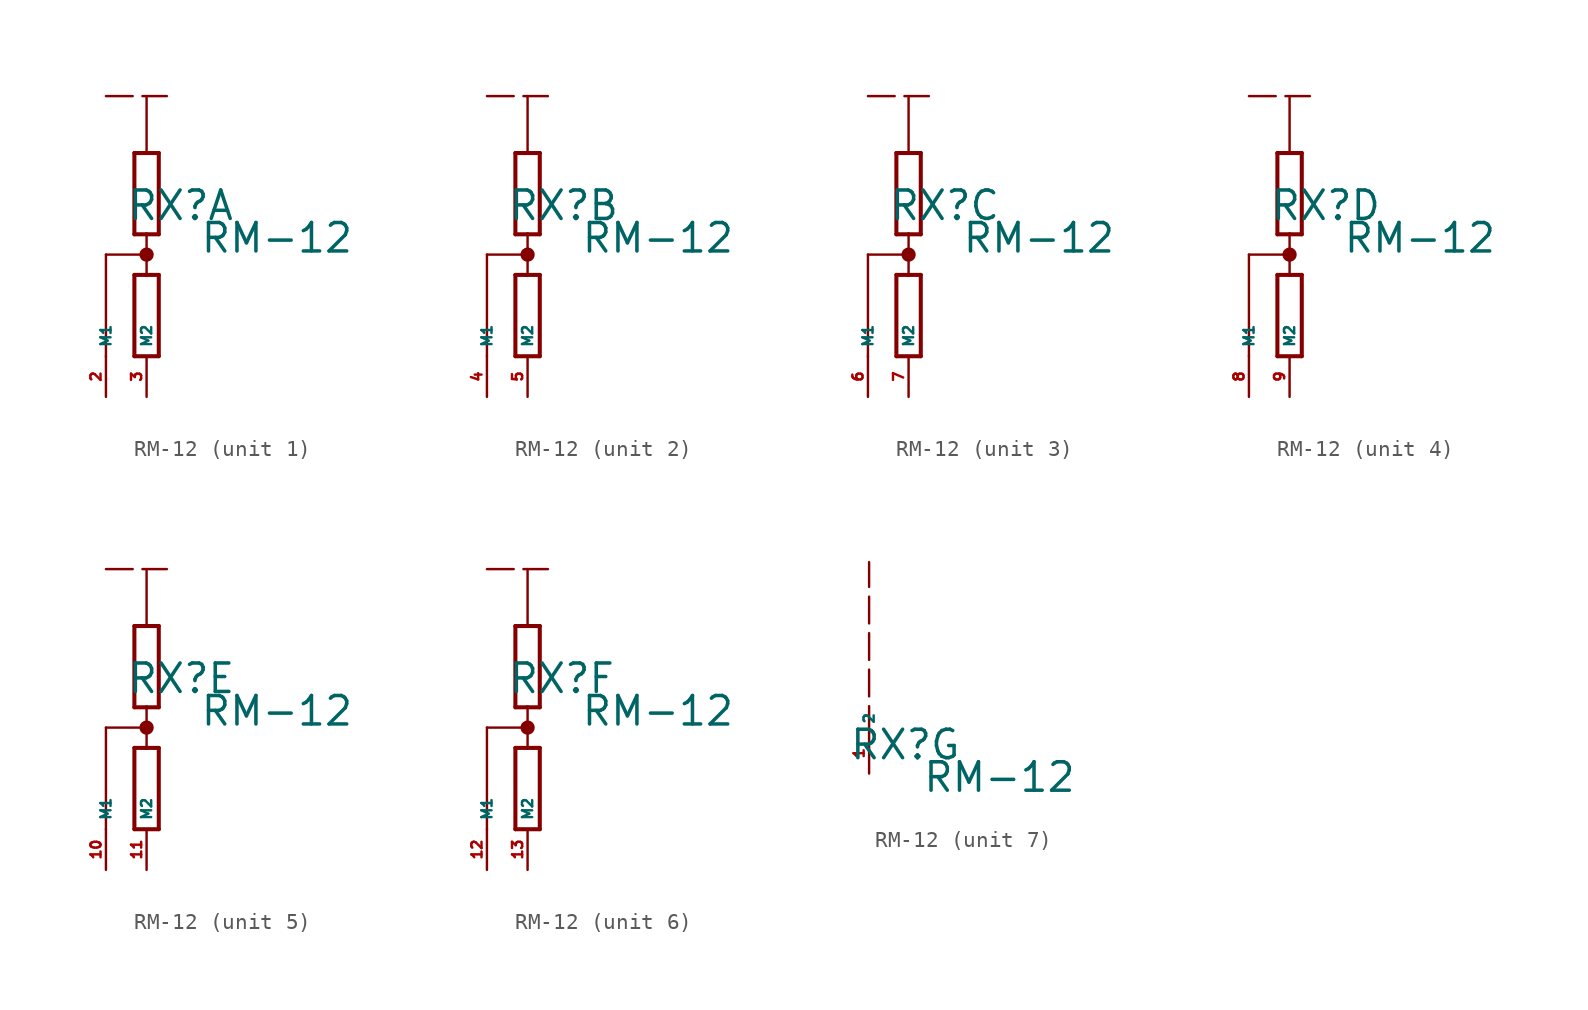
<source format=kicad_sym>
(kicad_symbol_lib
  (version 20220914)
  (generator Eagle2Kicad)
  (symbol "RM-12"
    (property "Reference" "RX"
      (at -1.27 -4.318 0)
      (effects (font (size 1.778 1.778) (thickness 0.22)) (justify left bottom)))
    (property "Value" "RM-12"
      (at 3.302 -6.35 0)
      (effects (font (size 1.778 1.778) (thickness 0.22)) (justify left bottom)))
    (symbol "RM-12_1_0"
      (polyline (pts (xy 0.762 -5.08) (xy 0.762 0)) (stroke (width 0.254) (type default)) (fill (type none)))
      (polyline (pts (xy -0.762 0) (xy -0.762 -5.08)) (stroke (width 0.254) (type default)) (fill (type none)))
      (polyline (pts (xy 0.762 0) (xy 0 0)) (stroke (width 0.254) (type default)) (fill (type none)))
      (polyline (pts (xy 0 0) (xy -0.762 0)) (stroke (width 0.254) (type default)) (fill (type none)))
      (polyline (pts (xy -0.762 -5.08) (xy 0 -5.08)) (stroke (width 0.254) (type default)) (fill (type none)))
      (polyline (pts (xy 0 -5.08) (xy 0.762 -5.08)) (stroke (width 0.254) (type default)) (fill (type none)))
      (polyline (pts (xy 0.762 -12.7) (xy 0.762 -7.62)) (stroke (width 0.254) (type default)) (fill (type none)))
      (polyline (pts (xy -0.762 -7.62) (xy -0.762 -12.7)) (stroke (width 0.254) (type default)) (fill (type none)))
      (polyline (pts (xy 0.762 -7.62) (xy 0 -7.62)) (stroke (width 0.254) (type default)) (fill (type none)))
      (polyline (pts (xy 0 -7.62) (xy -0.762 -7.62)) (stroke (width 0.254) (type default)) (fill (type none)))
      (polyline (pts (xy -0.762 -12.7) (xy 0.762 -12.7)) (stroke (width 0.254) (type default)) (fill (type none)))
      (polyline (pts (xy 0 -5.08) (xy 0 -6.35)) (stroke (width 0.152) (type default)) (fill (type none)))
      (polyline (pts (xy 0 -6.35) (xy 0 -7.62)) (stroke (width 0.152) (type default)) (fill (type none)))
      (polyline (pts (xy 0 0) (xy 0 3.556)) (stroke (width 0.152) (type default)) (fill (type none)))
      (polyline (pts (xy 0 -6.35) (xy -2.54 -6.35)) (stroke (width 0.152) (type default)) (fill (type none)))
      (polyline (pts (xy -2.54 -6.35) (xy -2.54 -12.7)) (stroke (width 0.152) (type default)) (fill (type none)))
      (polyline (pts (xy -2.54 3.556) (xy 1.27 3.556)) (stroke (width 0.152) (type dash)) (fill (type none)))
      (circle (center 0 -6.35) (radius 0.254) (stroke (width 0.381) (type default)) (fill (type none)))
      (pin passive line (at -2.54 -15.24 90) (length 2.54) (name "M1" (effects (font (size 0.635 0.635) (thickness 0.08)) (justify left bottom))) (number "2" (effects (font (size 0.635 0.635) (thickness 0.08)) (justify left bottom))))
      (pin passive line (at 0 -15.24 90) (length 2.54) (name "M2" (effects (font (size 0.635 0.635) (thickness 0.08)) (justify left bottom))) (number "3" (effects (font (size 0.635 0.635) (thickness 0.08)) (justify left bottom)))))
    (symbol "RM-12_2_0"
      (polyline (pts (xy 0.762 -5.08) (xy 0.762 0)) (stroke (width 0.254) (type default)) (fill (type none)))
      (polyline (pts (xy -0.762 0) (xy -0.762 -5.08)) (stroke (width 0.254) (type default)) (fill (type none)))
      (polyline (pts (xy 0.762 0) (xy 0 0)) (stroke (width 0.254) (type default)) (fill (type none)))
      (polyline (pts (xy 0 0) (xy -0.762 0)) (stroke (width 0.254) (type default)) (fill (type none)))
      (polyline (pts (xy -0.762 -5.08) (xy 0 -5.08)) (stroke (width 0.254) (type default)) (fill (type none)))
      (polyline (pts (xy 0 -5.08) (xy 0.762 -5.08)) (stroke (width 0.254) (type default)) (fill (type none)))
      (polyline (pts (xy 0.762 -12.7) (xy 0.762 -7.62)) (stroke (width 0.254) (type default)) (fill (type none)))
      (polyline (pts (xy -0.762 -7.62) (xy -0.762 -12.7)) (stroke (width 0.254) (type default)) (fill (type none)))
      (polyline (pts (xy 0.762 -7.62) (xy 0 -7.62)) (stroke (width 0.254) (type default)) (fill (type none)))
      (polyline (pts (xy 0 -7.62) (xy -0.762 -7.62)) (stroke (width 0.254) (type default)) (fill (type none)))
      (polyline (pts (xy -0.762 -12.7) (xy 0.762 -12.7)) (stroke (width 0.254) (type default)) (fill (type none)))
      (polyline (pts (xy 0 -5.08) (xy 0 -6.35)) (stroke (width 0.152) (type default)) (fill (type none)))
      (polyline (pts (xy 0 -6.35) (xy 0 -7.62)) (stroke (width 0.152) (type default)) (fill (type none)))
      (polyline (pts (xy 0 0) (xy 0 3.556)) (stroke (width 0.152) (type default)) (fill (type none)))
      (polyline (pts (xy 0 -6.35) (xy -2.54 -6.35)) (stroke (width 0.152) (type default)) (fill (type none)))
      (polyline (pts (xy -2.54 -6.35) (xy -2.54 -12.7)) (stroke (width 0.152) (type default)) (fill (type none)))
      (polyline (pts (xy -2.54 3.556) (xy 1.27 3.556)) (stroke (width 0.152) (type dash)) (fill (type none)))
      (circle (center 0 -6.35) (radius 0.254) (stroke (width 0.381) (type default)) (fill (type none)))
      (pin passive line (at -2.54 -15.24 90) (length 2.54) (name "M1" (effects (font (size 0.635 0.635) (thickness 0.08)) (justify left bottom))) (number "4" (effects (font (size 0.635 0.635) (thickness 0.08)) (justify left bottom))))
      (pin passive line (at 0 -15.24 90) (length 2.54) (name "M2" (effects (font (size 0.635 0.635) (thickness 0.08)) (justify left bottom))) (number "5" (effects (font (size 0.635 0.635) (thickness 0.08)) (justify left bottom)))))
    (symbol "RM-12_3_0"
      (polyline (pts (xy 0.762 -5.08) (xy 0.762 0)) (stroke (width 0.254) (type default)) (fill (type none)))
      (polyline (pts (xy -0.762 0) (xy -0.762 -5.08)) (stroke (width 0.254) (type default)) (fill (type none)))
      (polyline (pts (xy 0.762 0) (xy 0 0)) (stroke (width 0.254) (type default)) (fill (type none)))
      (polyline (pts (xy 0 0) (xy -0.762 0)) (stroke (width 0.254) (type default)) (fill (type none)))
      (polyline (pts (xy -0.762 -5.08) (xy 0 -5.08)) (stroke (width 0.254) (type default)) (fill (type none)))
      (polyline (pts (xy 0 -5.08) (xy 0.762 -5.08)) (stroke (width 0.254) (type default)) (fill (type none)))
      (polyline (pts (xy 0.762 -12.7) (xy 0.762 -7.62)) (stroke (width 0.254) (type default)) (fill (type none)))
      (polyline (pts (xy -0.762 -7.62) (xy -0.762 -12.7)) (stroke (width 0.254) (type default)) (fill (type none)))
      (polyline (pts (xy 0.762 -7.62) (xy 0 -7.62)) (stroke (width 0.254) (type default)) (fill (type none)))
      (polyline (pts (xy 0 -7.62) (xy -0.762 -7.62)) (stroke (width 0.254) (type default)) (fill (type none)))
      (polyline (pts (xy -0.762 -12.7) (xy 0.762 -12.7)) (stroke (width 0.254) (type default)) (fill (type none)))
      (polyline (pts (xy 0 -5.08) (xy 0 -6.35)) (stroke (width 0.152) (type default)) (fill (type none)))
      (polyline (pts (xy 0 -6.35) (xy 0 -7.62)) (stroke (width 0.152) (type default)) (fill (type none)))
      (polyline (pts (xy 0 0) (xy 0 3.556)) (stroke (width 0.152) (type default)) (fill (type none)))
      (polyline (pts (xy 0 -6.35) (xy -2.54 -6.35)) (stroke (width 0.152) (type default)) (fill (type none)))
      (polyline (pts (xy -2.54 -6.35) (xy -2.54 -12.7)) (stroke (width 0.152) (type default)) (fill (type none)))
      (polyline (pts (xy -2.54 3.556) (xy 1.27 3.556)) (stroke (width 0.152) (type dash)) (fill (type none)))
      (circle (center 0 -6.35) (radius 0.254) (stroke (width 0.381) (type default)) (fill (type none)))
      (pin passive line (at -2.54 -15.24 90) (length 2.54) (name "M1" (effects (font (size 0.635 0.635) (thickness 0.08)) (justify left bottom))) (number "6" (effects (font (size 0.635 0.635) (thickness 0.08)) (justify left bottom))))
      (pin passive line (at 0 -15.24 90) (length 2.54) (name "M2" (effects (font (size 0.635 0.635) (thickness 0.08)) (justify left bottom))) (number "7" (effects (font (size 0.635 0.635) (thickness 0.08)) (justify left bottom)))))
    (symbol "RM-12_4_0"
      (polyline (pts (xy 0.762 -5.08) (xy 0.762 0)) (stroke (width 0.254) (type default)) (fill (type none)))
      (polyline (pts (xy -0.762 0) (xy -0.762 -5.08)) (stroke (width 0.254) (type default)) (fill (type none)))
      (polyline (pts (xy 0.762 0) (xy 0 0)) (stroke (width 0.254) (type default)) (fill (type none)))
      (polyline (pts (xy 0 0) (xy -0.762 0)) (stroke (width 0.254) (type default)) (fill (type none)))
      (polyline (pts (xy -0.762 -5.08) (xy 0 -5.08)) (stroke (width 0.254) (type default)) (fill (type none)))
      (polyline (pts (xy 0 -5.08) (xy 0.762 -5.08)) (stroke (width 0.254) (type default)) (fill (type none)))
      (polyline (pts (xy 0.762 -12.7) (xy 0.762 -7.62)) (stroke (width 0.254) (type default)) (fill (type none)))
      (polyline (pts (xy -0.762 -7.62) (xy -0.762 -12.7)) (stroke (width 0.254) (type default)) (fill (type none)))
      (polyline (pts (xy 0.762 -7.62) (xy 0 -7.62)) (stroke (width 0.254) (type default)) (fill (type none)))
      (polyline (pts (xy 0 -7.62) (xy -0.762 -7.62)) (stroke (width 0.254) (type default)) (fill (type none)))
      (polyline (pts (xy -0.762 -12.7) (xy 0.762 -12.7)) (stroke (width 0.254) (type default)) (fill (type none)))
      (polyline (pts (xy 0 -5.08) (xy 0 -6.35)) (stroke (width 0.152) (type default)) (fill (type none)))
      (polyline (pts (xy 0 -6.35) (xy 0 -7.62)) (stroke (width 0.152) (type default)) (fill (type none)))
      (polyline (pts (xy 0 0) (xy 0 3.556)) (stroke (width 0.152) (type default)) (fill (type none)))
      (polyline (pts (xy 0 -6.35) (xy -2.54 -6.35)) (stroke (width 0.152) (type default)) (fill (type none)))
      (polyline (pts (xy -2.54 -6.35) (xy -2.54 -12.7)) (stroke (width 0.152) (type default)) (fill (type none)))
      (polyline (pts (xy -2.54 3.556) (xy 1.27 3.556)) (stroke (width 0.152) (type dash)) (fill (type none)))
      (circle (center 0 -6.35) (radius 0.254) (stroke (width 0.381) (type default)) (fill (type none)))
      (pin passive line (at -2.54 -15.24 90) (length 2.54) (name "M1" (effects (font (size 0.635 0.635) (thickness 0.08)) (justify left bottom))) (number "8" (effects (font (size 0.635 0.635) (thickness 0.08)) (justify left bottom))))
      (pin passive line (at 0 -15.24 90) (length 2.54) (name "M2" (effects (font (size 0.635 0.635) (thickness 0.08)) (justify left bottom))) (number "9" (effects (font (size 0.635 0.635) (thickness 0.08)) (justify left bottom)))))
    (symbol "RM-12_5_0"
      (polyline (pts (xy 0.762 -5.08) (xy 0.762 0)) (stroke (width 0.254) (type default)) (fill (type none)))
      (polyline (pts (xy -0.762 0) (xy -0.762 -5.08)) (stroke (width 0.254) (type default)) (fill (type none)))
      (polyline (pts (xy 0.762 0) (xy 0 0)) (stroke (width 0.254) (type default)) (fill (type none)))
      (polyline (pts (xy 0 0) (xy -0.762 0)) (stroke (width 0.254) (type default)) (fill (type none)))
      (polyline (pts (xy -0.762 -5.08) (xy 0 -5.08)) (stroke (width 0.254) (type default)) (fill (type none)))
      (polyline (pts (xy 0 -5.08) (xy 0.762 -5.08)) (stroke (width 0.254) (type default)) (fill (type none)))
      (polyline (pts (xy 0.762 -12.7) (xy 0.762 -7.62)) (stroke (width 0.254) (type default)) (fill (type none)))
      (polyline (pts (xy -0.762 -7.62) (xy -0.762 -12.7)) (stroke (width 0.254) (type default)) (fill (type none)))
      (polyline (pts (xy 0.762 -7.62) (xy 0 -7.62)) (stroke (width 0.254) (type default)) (fill (type none)))
      (polyline (pts (xy 0 -7.62) (xy -0.762 -7.62)) (stroke (width 0.254) (type default)) (fill (type none)))
      (polyline (pts (xy -0.762 -12.7) (xy 0.762 -12.7)) (stroke (width 0.254) (type default)) (fill (type none)))
      (polyline (pts (xy 0 -5.08) (xy 0 -6.35)) (stroke (width 0.152) (type default)) (fill (type none)))
      (polyline (pts (xy 0 -6.35) (xy 0 -7.62)) (stroke (width 0.152) (type default)) (fill (type none)))
      (polyline (pts (xy 0 0) (xy 0 3.556)) (stroke (width 0.152) (type default)) (fill (type none)))
      (polyline (pts (xy 0 -6.35) (xy -2.54 -6.35)) (stroke (width 0.152) (type default)) (fill (type none)))
      (polyline (pts (xy -2.54 -6.35) (xy -2.54 -12.7)) (stroke (width 0.152) (type default)) (fill (type none)))
      (polyline (pts (xy -2.54 3.556) (xy 1.27 3.556)) (stroke (width 0.152) (type dash)) (fill (type none)))
      (circle (center 0 -6.35) (radius 0.254) (stroke (width 0.381) (type default)) (fill (type none)))
      (pin passive line (at -2.54 -15.24 90) (length 2.54) (name "M1" (effects (font (size 0.635 0.635) (thickness 0.08)) (justify left bottom))) (number "10" (effects (font (size 0.635 0.635) (thickness 0.08)) (justify left bottom))))
      (pin passive line (at 0 -15.24 90) (length 2.54) (name "M2" (effects (font (size 0.635 0.635) (thickness 0.08)) (justify left bottom))) (number "11" (effects (font (size 0.635 0.635) (thickness 0.08)) (justify left bottom)))))
    (symbol "RM-12_6_0"
      (polyline (pts (xy 0.762 -5.08) (xy 0.762 0)) (stroke (width 0.254) (type default)) (fill (type none)))
      (polyline (pts (xy -0.762 0) (xy -0.762 -5.08)) (stroke (width 0.254) (type default)) (fill (type none)))
      (polyline (pts (xy 0.762 0) (xy 0 0)) (stroke (width 0.254) (type default)) (fill (type none)))
      (polyline (pts (xy 0 0) (xy -0.762 0)) (stroke (width 0.254) (type default)) (fill (type none)))
      (polyline (pts (xy -0.762 -5.08) (xy 0 -5.08)) (stroke (width 0.254) (type default)) (fill (type none)))
      (polyline (pts (xy 0 -5.08) (xy 0.762 -5.08)) (stroke (width 0.254) (type default)) (fill (type none)))
      (polyline (pts (xy 0.762 -12.7) (xy 0.762 -7.62)) (stroke (width 0.254) (type default)) (fill (type none)))
      (polyline (pts (xy -0.762 -7.62) (xy -0.762 -12.7)) (stroke (width 0.254) (type default)) (fill (type none)))
      (polyline (pts (xy 0.762 -7.62) (xy 0 -7.62)) (stroke (width 0.254) (type default)) (fill (type none)))
      (polyline (pts (xy 0 -7.62) (xy -0.762 -7.62)) (stroke (width 0.254) (type default)) (fill (type none)))
      (polyline (pts (xy -0.762 -12.7) (xy 0.762 -12.7)) (stroke (width 0.254) (type default)) (fill (type none)))
      (polyline (pts (xy 0 -5.08) (xy 0 -6.35)) (stroke (width 0.152) (type default)) (fill (type none)))
      (polyline (pts (xy 0 -6.35) (xy 0 -7.62)) (stroke (width 0.152) (type default)) (fill (type none)))
      (polyline (pts (xy 0 0) (xy 0 3.556)) (stroke (width 0.152) (type default)) (fill (type none)))
      (polyline (pts (xy 0 -6.35) (xy -2.54 -6.35)) (stroke (width 0.152) (type default)) (fill (type none)))
      (polyline (pts (xy -2.54 -6.35) (xy -2.54 -12.7)) (stroke (width 0.152) (type default)) (fill (type none)))
      (polyline (pts (xy -2.54 3.556) (xy 1.27 3.556)) (stroke (width 0.152) (type dash)) (fill (type none)))
      (circle (center 0 -6.35) (radius 0.254) (stroke (width 0.381) (type default)) (fill (type none)))
      (pin passive line (at -2.54 -15.24 90) (length 2.54) (name "M1" (effects (font (size 0.635 0.635) (thickness 0.08)) (justify left bottom))) (number "12" (effects (font (size 0.635 0.635) (thickness 0.08)) (justify left bottom))))
      (pin passive line (at 0 -15.24 90) (length 2.54) (name "M2" (effects (font (size 0.635 0.635) (thickness 0.08)) (justify left bottom))) (number "13" (effects (font (size 0.635 0.635) (thickness 0.08)) (justify left bottom)))))
    (symbol "RM-12_7_0"
      (polyline (pts (xy 0 -2.54) (xy 0 8.128)) (stroke (width 0.152) (type dash)) (fill (type none)))
      (pin passive line (at 0 -5.08 90) (length 2.54) (name "2" (effects (font (size 0.635 0.635) (thickness 0.08)) (justify left bottom))) (number "1" (effects (font (size 0.635 0.635) (thickness 0.08)) (justify left bottom)))))))
</source>
